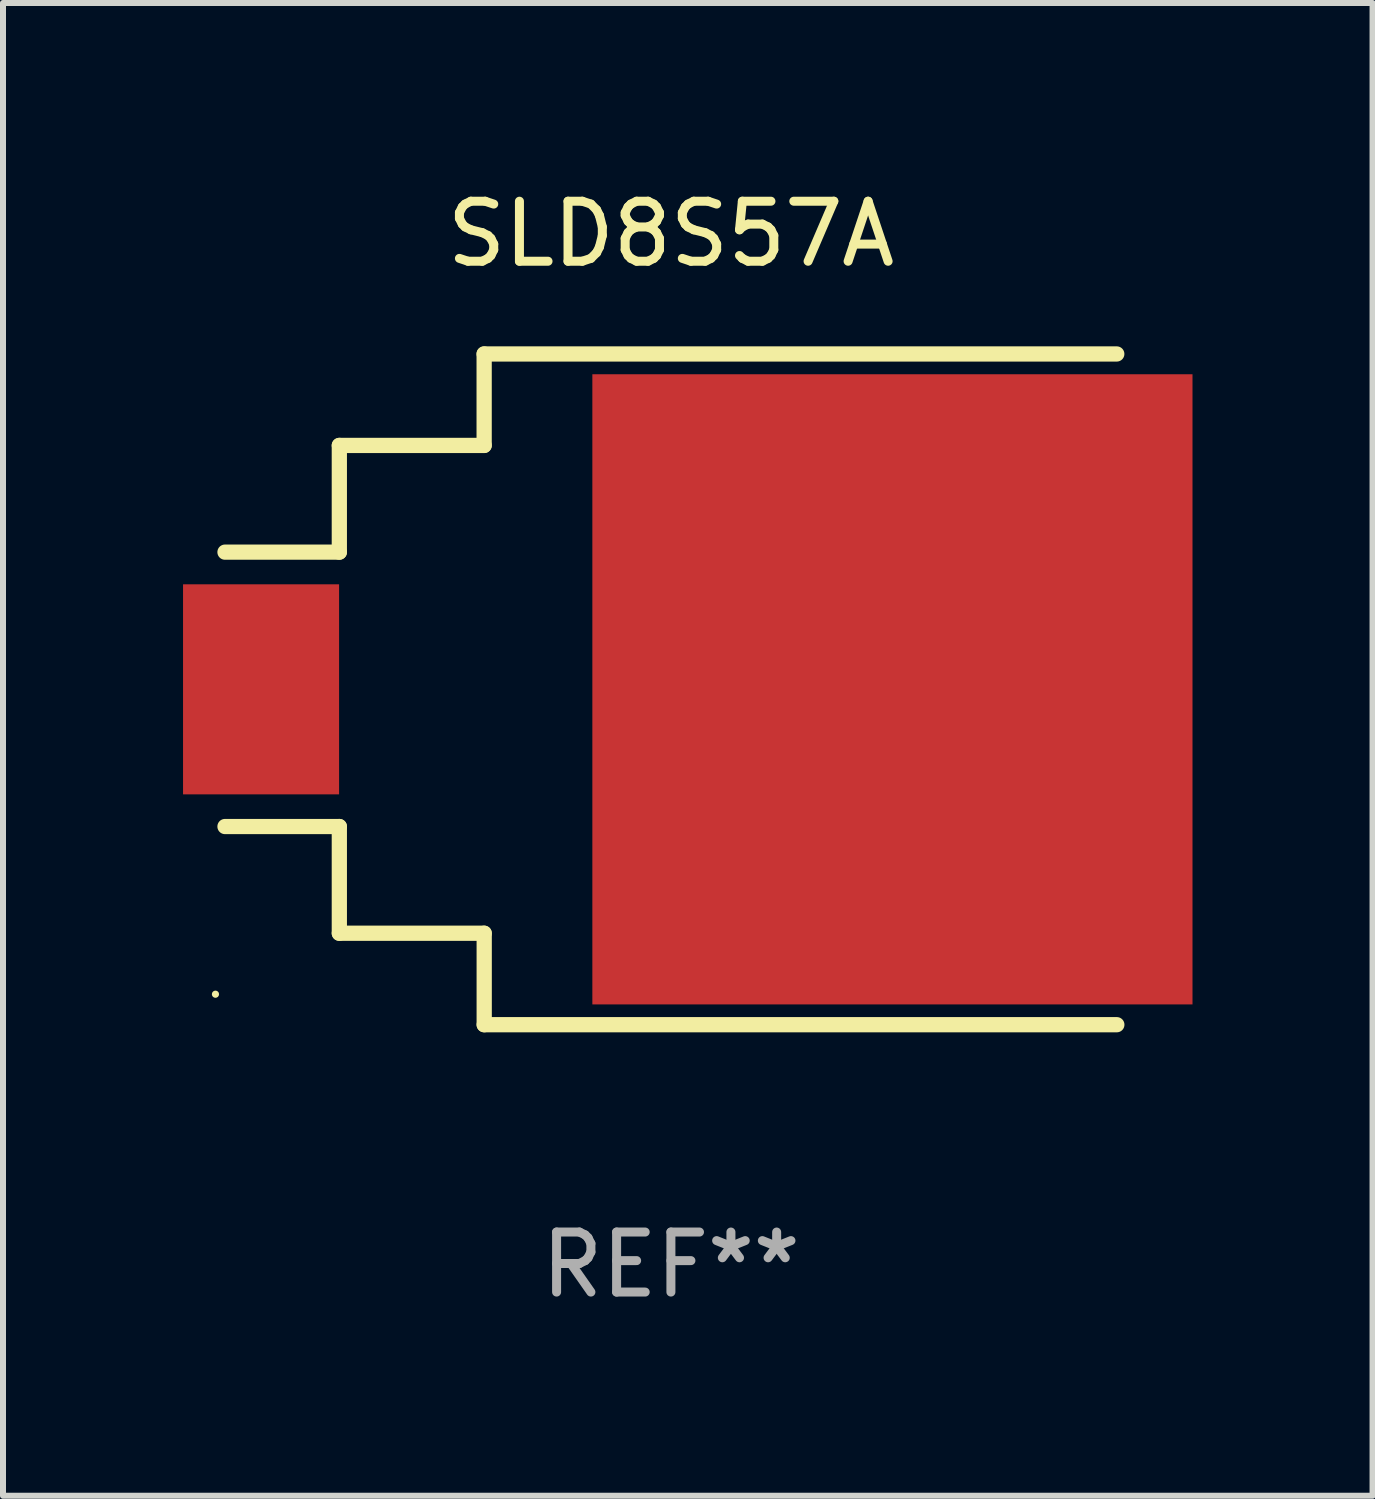
<source format=kicad_pcb>
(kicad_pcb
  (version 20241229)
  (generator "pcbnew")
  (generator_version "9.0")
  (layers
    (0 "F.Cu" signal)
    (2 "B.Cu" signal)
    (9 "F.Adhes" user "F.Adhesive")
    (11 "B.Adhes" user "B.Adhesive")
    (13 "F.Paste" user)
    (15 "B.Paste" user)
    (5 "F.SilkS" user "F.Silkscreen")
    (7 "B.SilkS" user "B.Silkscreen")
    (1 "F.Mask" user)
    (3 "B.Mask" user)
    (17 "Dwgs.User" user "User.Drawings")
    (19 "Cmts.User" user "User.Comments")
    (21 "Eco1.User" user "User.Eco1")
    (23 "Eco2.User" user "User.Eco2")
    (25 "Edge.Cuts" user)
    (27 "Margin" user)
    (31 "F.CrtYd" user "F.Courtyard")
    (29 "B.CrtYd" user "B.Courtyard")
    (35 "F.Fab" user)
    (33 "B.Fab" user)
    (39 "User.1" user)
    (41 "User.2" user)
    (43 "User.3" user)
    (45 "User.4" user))
  (footprint "SLD8S57A"
    (layer "F.Cu")
    (at 8.129 8.436)
    (property "Reference" "SLD8S57A" (at 0 -7.588 0) (layer "F.SilkS") (effects (font (size 1 1) (thickness 0.15))))
    (attr through_hole)
    (fp_line (start -5.525 -4.064) (end -5.525 -2.286) (stroke (width 0.254) (type solid)) (layer "F.SilkS"))
    (fp_line (start -5.525 -2.286) (end -7.43 -2.286) (stroke (width 0.254) (type solid)) (layer "F.SilkS"))
    (fp_line (start -5.525 2.286) (end -7.43 2.286) (stroke (width 0.254) (type solid)) (layer "F.SilkS"))
    (fp_line (start -5.525 4.064) (end -5.525 2.286) (stroke (width 0.254) (type solid)) (layer "F.SilkS"))
    (fp_line (start -3.112 -5.588) (end -3.112 -4.064) (stroke (width 0.254) (type solid)) (layer "F.SilkS"))
    (fp_line (start -3.112 -4.064) (end -5.525 -4.064) (stroke (width 0.254) (type solid)) (layer "F.SilkS"))
    (fp_line (start -3.112 4.064) (end -5.525 4.064) (stroke (width 0.254) (type solid)) (layer "F.SilkS"))
    (fp_line (start -3.111 5.588) (end -3.111 4.064) (stroke (width 0.254) (type solid)) (layer "F.SilkS"))
    (fp_line (start 7.429 -5.588) (end -3.112 -5.588) (stroke (width 0.254) (type solid)) (layer "F.SilkS"))
    (fp_line (start 7.43 5.588) (end -3.111 5.588) (stroke (width 0.254) (type solid)) (layer "F.SilkS"))
    (fp_circle (center -7.589 5.08) (end -7.559 5.08) (stroke (width 0.06) (type solid)) (fill no) (layer "F.SilkS"))
    (fp_text user "REF**" (at 0 9.588 0) (layer "F.Fab") (effects (font (size 1 1) (thickness 0.15))))
    (pad "1" smd rect (at -6.829 -0.000025) (size 2.6 3.5) (layers "F.Cu" "F.Mask" "F.Paste"))
    (pad "2" smd rect (at 3.691 -0.000025) (size 10 10.5) (layers "F.Cu" "F.Mask" "F.Paste")))
  (gr_rect
    (start -3 -3)
    (end 19.82 21.873)
    (stroke (width 0.1) (type default))
    (fill no)
    (layer "Edge.Cuts")))
</source>
